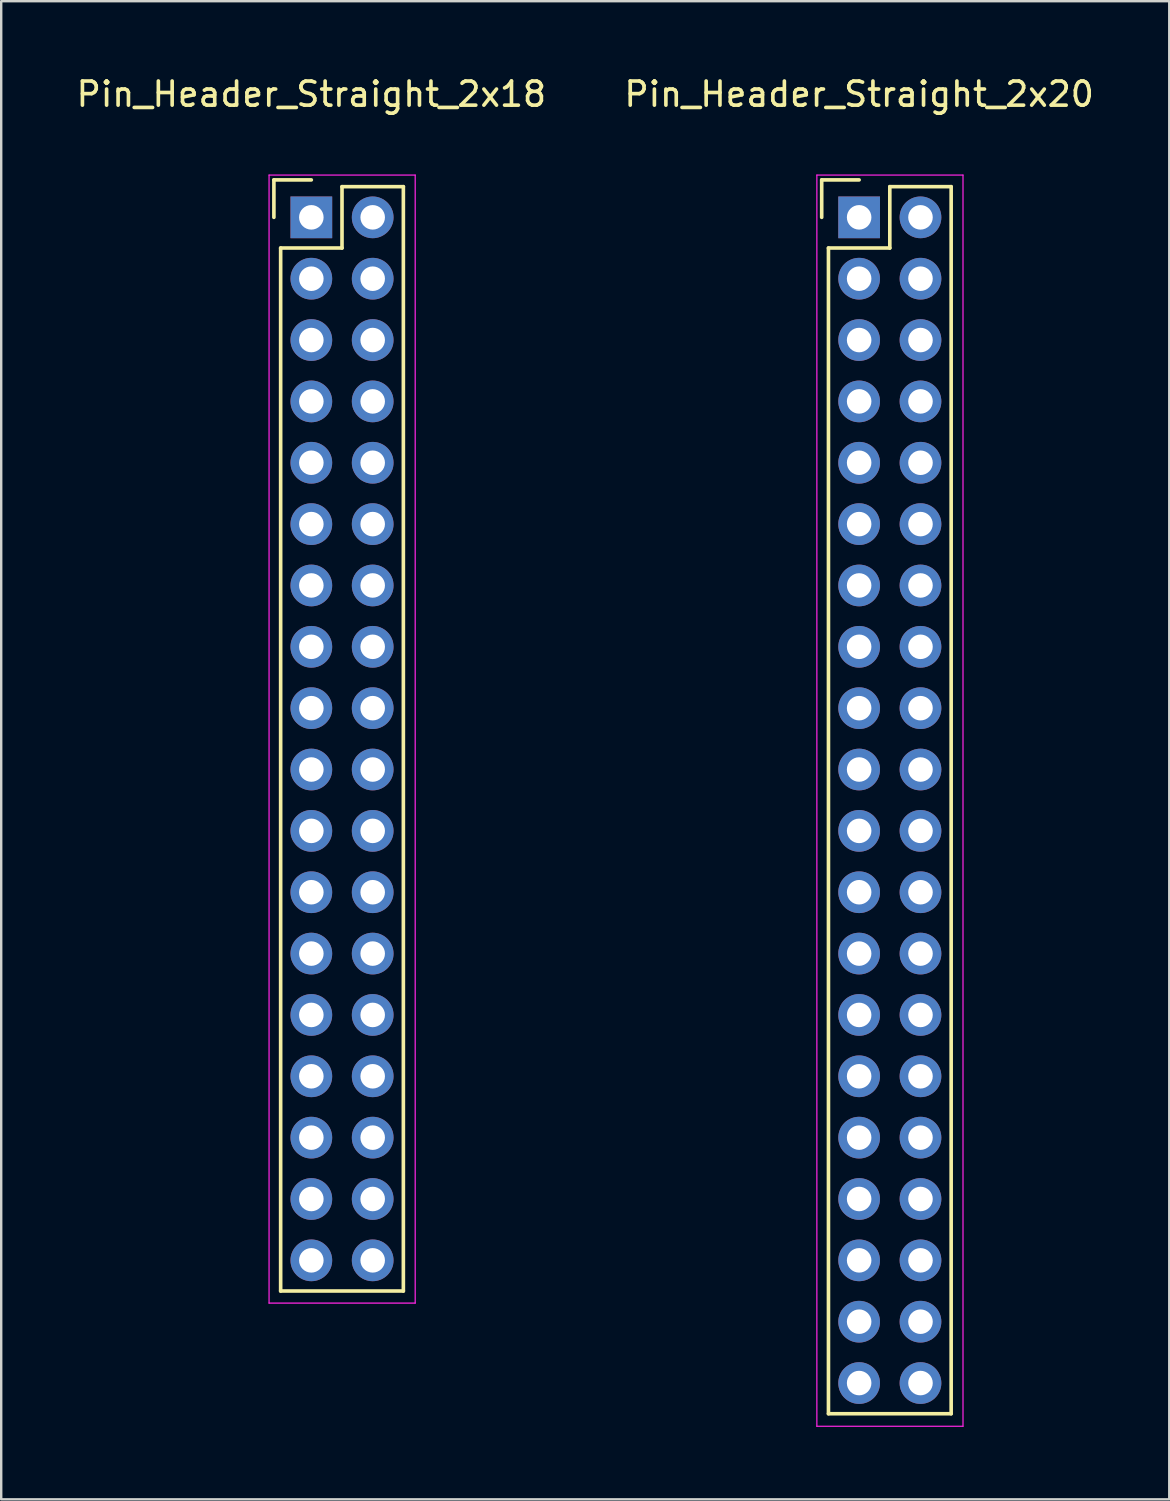
<source format=kicad_pcb>
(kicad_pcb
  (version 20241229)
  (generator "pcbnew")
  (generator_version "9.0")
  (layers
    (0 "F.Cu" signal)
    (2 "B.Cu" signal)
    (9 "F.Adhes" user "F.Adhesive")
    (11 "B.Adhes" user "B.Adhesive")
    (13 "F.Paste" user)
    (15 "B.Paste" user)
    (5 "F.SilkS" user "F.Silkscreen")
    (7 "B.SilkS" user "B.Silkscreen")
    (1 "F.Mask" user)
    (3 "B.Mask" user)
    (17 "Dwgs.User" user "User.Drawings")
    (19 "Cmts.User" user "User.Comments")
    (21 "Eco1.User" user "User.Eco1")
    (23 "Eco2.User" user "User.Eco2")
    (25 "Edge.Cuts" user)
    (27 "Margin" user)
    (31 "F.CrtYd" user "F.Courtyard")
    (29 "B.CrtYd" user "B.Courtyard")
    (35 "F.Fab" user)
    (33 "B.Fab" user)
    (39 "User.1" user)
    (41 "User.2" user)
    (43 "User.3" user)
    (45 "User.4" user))
  (footprint "Pin_Header_Straight_2x20"
    (layer "F.Cu")
    (at 32.518 5.948)
    (property "Reference" "Pin_Header_Straight_2x20" (at 0 -5.1 0) (layer "F.SilkS") (effects (font (size 1 1) (thickness 0.15))))
    (attr through_hole)
    (fp_line (start -1.55 -1.55) (end -1.55 0) (stroke (width 0.15) (type solid)) (layer "F.SilkS"))
    (fp_line (start -1.27 1.27) (end -1.27 49.53) (stroke (width 0.15) (type solid)) (layer "F.SilkS"))
    (fp_line (start 0 -1.55) (end -1.55 -1.55) (stroke (width 0.15) (type solid)) (layer "F.SilkS"))
    (fp_line (start 1.27 -1.27) (end 1.27 1.27) (stroke (width 0.15) (type solid)) (layer "F.SilkS"))
    (fp_line (start 1.27 1.27) (end -1.27 1.27) (stroke (width 0.15) (type solid)) (layer "F.SilkS"))
    (fp_line (start 3.81 -1.27) (end 1.27 -1.27) (stroke (width 0.15) (type solid)) (layer "F.SilkS"))
    (fp_line (start 3.81 49.53) (end -1.27 49.53) (stroke (width 0.15) (type solid)) (layer "F.SilkS"))
    (fp_line (start 3.81 49.53) (end 3.81 -1.27) (stroke (width 0.15) (type solid)) (layer "F.SilkS"))
    (fp_line (start -1.75 -1.75) (end -1.75 50.05) (stroke (width 0.05) (type solid)) (layer "F.CrtYd"))
    (fp_line (start -1.75 -1.75) (end 4.3 -1.75) (stroke (width 0.05) (type solid)) (layer "F.CrtYd"))
    (fp_line (start -1.75 50.05) (end 4.3 50.05) (stroke (width 0.05) (type solid)) (layer "F.CrtYd"))
    (fp_line (start 4.3 -1.75) (end 4.3 50.05) (stroke (width 0.05) (type solid)) (layer "F.CrtYd"))
    (pad "1" thru_hole rect (at 0 0) (size 1.727 1.727) (drill 1.016) (layers "*.Cu" "*.Mask"))
    (pad "2" thru_hole oval (at 2.54 0) (size 1.727 1.727) (drill 1.016) (layers "*.Cu" "*.Mask"))
    (pad "3" thru_hole oval (at 0 2.54) (size 1.727 1.727) (drill 1.016) (layers "*.Cu" "*.Mask"))
    (pad "4" thru_hole oval (at 2.54 2.54) (size 1.727 1.727) (drill 1.016) (layers "*.Cu" "*.Mask"))
    (pad "5" thru_hole oval (at 0 5.08) (size 1.727 1.727) (drill 1.016) (layers "*.Cu" "*.Mask"))
    (pad "6" thru_hole oval (at 2.54 5.08) (size 1.727 1.727) (drill 1.016) (layers "*.Cu" "*.Mask"))
    (pad "7" thru_hole oval (at 0 7.62) (size 1.727 1.727) (drill 1.016) (layers "*.Cu" "*.Mask"))
    (pad "8" thru_hole oval (at 2.54 7.62) (size 1.727 1.727) (drill 1.016) (layers "*.Cu" "*.Mask"))
    (pad "9" thru_hole oval (at 0 10.16) (size 1.727 1.727) (drill 1.016) (layers "*.Cu" "*.Mask"))
    (pad "10" thru_hole oval (at 2.54 10.16) (size 1.727 1.727) (drill 1.016) (layers "*.Cu" "*.Mask"))
    (pad "11" thru_hole oval (at 0 12.7) (size 1.727 1.727) (drill 1.016) (layers "*.Cu" "*.Mask"))
    (pad "12" thru_hole oval (at 2.54 12.7) (size 1.727 1.727) (drill 1.016) (layers "*.Cu" "*.Mask"))
    (pad "13" thru_hole oval (at 0 15.24) (size 1.727 1.727) (drill 1.016) (layers "*.Cu" "*.Mask"))
    (pad "14" thru_hole oval (at 2.54 15.24) (size 1.727 1.727) (drill 1.016) (layers "*.Cu" "*.Mask"))
    (pad "15" thru_hole oval (at 0 17.78) (size 1.727 1.727) (drill 1.016) (layers "*.Cu" "*.Mask"))
    (pad "16" thru_hole oval (at 2.54 17.78) (size 1.727 1.727) (drill 1.016) (layers "*.Cu" "*.Mask"))
    (pad "17" thru_hole oval (at 0 20.32) (size 1.727 1.727) (drill 1.016) (layers "*.Cu" "*.Mask"))
    (pad "18" thru_hole oval (at 2.54 20.32) (size 1.727 1.727) (drill 1.016) (layers "*.Cu" "*.Mask"))
    (pad "19" thru_hole oval (at 0 22.86) (size 1.727 1.727) (drill 1.016) (layers "*.Cu" "*.Mask"))
    (pad "20" thru_hole oval (at 2.54 22.86) (size 1.727 1.727) (drill 1.016) (layers "*.Cu" "*.Mask"))
    (pad "21" thru_hole oval (at 0 25.4) (size 1.727 1.727) (drill 1.016) (layers "*.Cu" "*.Mask"))
    (pad "22" thru_hole oval (at 2.54 25.4) (size 1.727 1.727) (drill 1.016) (layers "*.Cu" "*.Mask"))
    (pad "23" thru_hole oval (at 0 27.94) (size 1.727 1.727) (drill 1.016) (layers "*.Cu" "*.Mask"))
    (pad "24" thru_hole oval (at 2.54 27.94) (size 1.727 1.727) (drill 1.016) (layers "*.Cu" "*.Mask"))
    (pad "25" thru_hole oval (at 0 30.48) (size 1.727 1.727) (drill 1.016) (layers "*.Cu" "*.Mask"))
    (pad "26" thru_hole oval (at 2.54 30.48) (size 1.727 1.727) (drill 1.016) (layers "*.Cu" "*.Mask"))
    (pad "27" thru_hole oval (at 0 33.02) (size 1.727 1.727) (drill 1.016) (layers "*.Cu" "*.Mask"))
    (pad "28" thru_hole oval (at 2.54 33.02) (size 1.727 1.727) (drill 1.016) (layers "*.Cu" "*.Mask"))
    (pad "29" thru_hole oval (at 0 35.56) (size 1.727 1.727) (drill 1.016) (layers "*.Cu" "*.Mask"))
    (pad "30" thru_hole oval (at 2.54 35.56) (size 1.727 1.727) (drill 1.016) (layers "*.Cu" "*.Mask"))
    (pad "31" thru_hole oval (at 0 38.1) (size 1.727 1.727) (drill 1.016) (layers "*.Cu" "*.Mask"))
    (pad "32" thru_hole oval (at 2.54 38.1) (size 1.727 1.727) (drill 1.016) (layers "*.Cu" "*.Mask"))
    (pad "33" thru_hole oval (at 0 40.64) (size 1.727 1.727) (drill 1.016) (layers "*.Cu" "*.Mask"))
    (pad "34" thru_hole oval (at 2.54 40.64) (size 1.727 1.727) (drill 1.016) (layers "*.Cu" "*.Mask"))
    (pad "35" thru_hole oval (at 0 43.18) (size 1.727 1.727) (drill 1.016) (layers "*.Cu" "*.Mask"))
    (pad "36" thru_hole oval (at 2.54 43.18) (size 1.727 1.727) (drill 1.016) (layers "*.Cu" "*.Mask"))
    (pad "37" thru_hole oval (at 0 45.72) (size 1.727 1.727) (drill 1.016) (layers "*.Cu" "*.Mask"))
    (pad "38" thru_hole oval (at 2.54 45.72) (size 1.727 1.727) (drill 1.016) (layers "*.Cu" "*.Mask"))
    (pad "39" thru_hole oval (at 0 48.26) (size 1.727 1.727) (drill 1.016) (layers "*.Cu" "*.Mask"))
    (pad "40" thru_hole oval (at 2.54 48.26) (size 1.727 1.727) (drill 1.016) (layers "*.Cu" "*.Mask")))
  (footprint "Pin_Header_Straight_2x18"
    (layer "F.Cu")
    (at 9.839 5.948)
    (property "Reference" "Pin_Header_Straight_2x18" (at 0 -5.1 0) (layer "F.SilkS") (effects (font (size 1 1) (thickness 0.15))))
    (attr through_hole)
    (fp_line (start -1.55 -1.55) (end -1.55 0) (stroke (width 0.15) (type solid)) (layer "F.SilkS"))
    (fp_line (start -1.27 44.45) (end -1.27 1.27) (stroke (width 0.15) (type solid)) (layer "F.SilkS"))
    (fp_line (start 0 -1.55) (end -1.55 -1.55) (stroke (width 0.15) (type solid)) (layer "F.SilkS"))
    (fp_line (start 1.27 -1.27) (end 1.27 1.27) (stroke (width 0.15) (type solid)) (layer "F.SilkS"))
    (fp_line (start 1.27 1.27) (end -1.27 1.27) (stroke (width 0.15) (type solid)) (layer "F.SilkS"))
    (fp_line (start 3.81 -1.27) (end 1.27 -1.27) (stroke (width 0.15) (type solid)) (layer "F.SilkS"))
    (fp_line (start 3.81 -1.27) (end 3.81 44.45) (stroke (width 0.15) (type solid)) (layer "F.SilkS"))
    (fp_line (start 3.81 44.45) (end -1.27 44.45) (stroke (width 0.15) (type solid)) (layer "F.SilkS"))
    (fp_line (start -1.75 -1.75) (end -1.75 44.95) (stroke (width 0.05) (type solid)) (layer "F.CrtYd"))
    (fp_line (start -1.75 -1.75) (end 4.3 -1.75) (stroke (width 0.05) (type solid)) (layer "F.CrtYd"))
    (fp_line (start -1.75 44.95) (end 4.3 44.95) (stroke (width 0.05) (type solid)) (layer "F.CrtYd"))
    (fp_line (start 4.3 -1.75) (end 4.3 44.95) (stroke (width 0.05) (type solid)) (layer "F.CrtYd"))
    (pad "1" thru_hole rect (at 0 0) (size 1.727 1.727) (drill 1.016) (layers "*.Cu" "*.Mask"))
    (pad "2" thru_hole oval (at 2.54 0) (size 1.727 1.727) (drill 1.016) (layers "*.Cu" "*.Mask"))
    (pad "3" thru_hole oval (at 0 2.54) (size 1.727 1.727) (drill 1.016) (layers "*.Cu" "*.Mask"))
    (pad "4" thru_hole oval (at 2.54 2.54) (size 1.727 1.727) (drill 1.016) (layers "*.Cu" "*.Mask"))
    (pad "5" thru_hole oval (at 0 5.08) (size 1.727 1.727) (drill 1.016) (layers "*.Cu" "*.Mask"))
    (pad "6" thru_hole oval (at 2.54 5.08) (size 1.727 1.727) (drill 1.016) (layers "*.Cu" "*.Mask"))
    (pad "7" thru_hole oval (at 0 7.62) (size 1.727 1.727) (drill 1.016) (layers "*.Cu" "*.Mask"))
    (pad "8" thru_hole oval (at 2.54 7.62) (size 1.727 1.727) (drill 1.016) (layers "*.Cu" "*.Mask"))
    (pad "9" thru_hole oval (at 0 10.16) (size 1.727 1.727) (drill 1.016) (layers "*.Cu" "*.Mask"))
    (pad "10" thru_hole oval (at 2.54 10.16) (size 1.727 1.727) (drill 1.016) (layers "*.Cu" "*.Mask"))
    (pad "11" thru_hole oval (at 0 12.7) (size 1.727 1.727) (drill 1.016) (layers "*.Cu" "*.Mask"))
    (pad "12" thru_hole oval (at 2.54 12.7) (size 1.727 1.727) (drill 1.016) (layers "*.Cu" "*.Mask"))
    (pad "13" thru_hole oval (at 0 15.24) (size 1.727 1.727) (drill 1.016) (layers "*.Cu" "*.Mask"))
    (pad "14" thru_hole oval (at 2.54 15.24) (size 1.727 1.727) (drill 1.016) (layers "*.Cu" "*.Mask"))
    (pad "15" thru_hole oval (at 0 17.78) (size 1.727 1.727) (drill 1.016) (layers "*.Cu" "*.Mask"))
    (pad "16" thru_hole oval (at 2.54 17.78) (size 1.727 1.727) (drill 1.016) (layers "*.Cu" "*.Mask"))
    (pad "17" thru_hole oval (at 0 20.32) (size 1.727 1.727) (drill 1.016) (layers "*.Cu" "*.Mask"))
    (pad "18" thru_hole oval (at 2.54 20.32) (size 1.727 1.727) (drill 1.016) (layers "*.Cu" "*.Mask"))
    (pad "19" thru_hole oval (at 0 22.86) (size 1.727 1.727) (drill 1.016) (layers "*.Cu" "*.Mask"))
    (pad "20" thru_hole oval (at 2.54 22.86) (size 1.727 1.727) (drill 1.016) (layers "*.Cu" "*.Mask"))
    (pad "21" thru_hole oval (at 0 25.4) (size 1.727 1.727) (drill 1.016) (layers "*.Cu" "*.Mask"))
    (pad "22" thru_hole oval (at 2.54 25.4) (size 1.727 1.727) (drill 1.016) (layers "*.Cu" "*.Mask"))
    (pad "23" thru_hole oval (at 0 27.94) (size 1.727 1.727) (drill 1.016) (layers "*.Cu" "*.Mask"))
    (pad "24" thru_hole oval (at 2.54 27.94) (size 1.727 1.727) (drill 1.016) (layers "*.Cu" "*.Mask"))
    (pad "25" thru_hole oval (at 0 30.48) (size 1.727 1.727) (drill 1.016) (layers "*.Cu" "*.Mask"))
    (pad "26" thru_hole oval (at 2.54 30.48) (size 1.727 1.727) (drill 1.016) (layers "*.Cu" "*.Mask"))
    (pad "27" thru_hole oval (at 0 33.02) (size 1.727 1.727) (drill 1.016) (layers "*.Cu" "*.Mask"))
    (pad "28" thru_hole oval (at 2.54 33.02) (size 1.727 1.727) (drill 1.016) (layers "*.Cu" "*.Mask"))
    (pad "29" thru_hole oval (at 0 35.56) (size 1.727 1.727) (drill 1.016) (layers "*.Cu" "*.Mask"))
    (pad "30" thru_hole oval (at 2.54 35.56) (size 1.727 1.727) (drill 1.016) (layers "*.Cu" "*.Mask"))
    (pad "31" thru_hole oval (at 0 38.1) (size 1.727 1.727) (drill 1.016) (layers "*.Cu" "*.Mask"))
    (pad "32" thru_hole oval (at 2.54 38.1) (size 1.727 1.727) (drill 1.016) (layers "*.Cu" "*.Mask"))
    (pad "33" thru_hole oval (at 0 40.64) (size 1.727 1.727) (drill 1.016) (layers "*.Cu" "*.Mask"))
    (pad "34" thru_hole oval (at 2.54 40.64) (size 1.727 1.727) (drill 1.016) (layers "*.Cu" "*.Mask"))
    (pad "35" thru_hole oval (at 0 43.18) (size 1.727 1.727) (drill 1.016) (layers "*.Cu" "*.Mask"))
    (pad "36" thru_hole oval (at 2.54 43.18) (size 1.727 1.727) (drill 1.016) (layers "*.Cu" "*.Mask")))
  (gr_rect
    (start -3 -3)
    (end 45.357 59.023)
    (stroke (width 0.1) (type default))
    (fill no)
    (layer "Edge.Cuts")))
</source>
